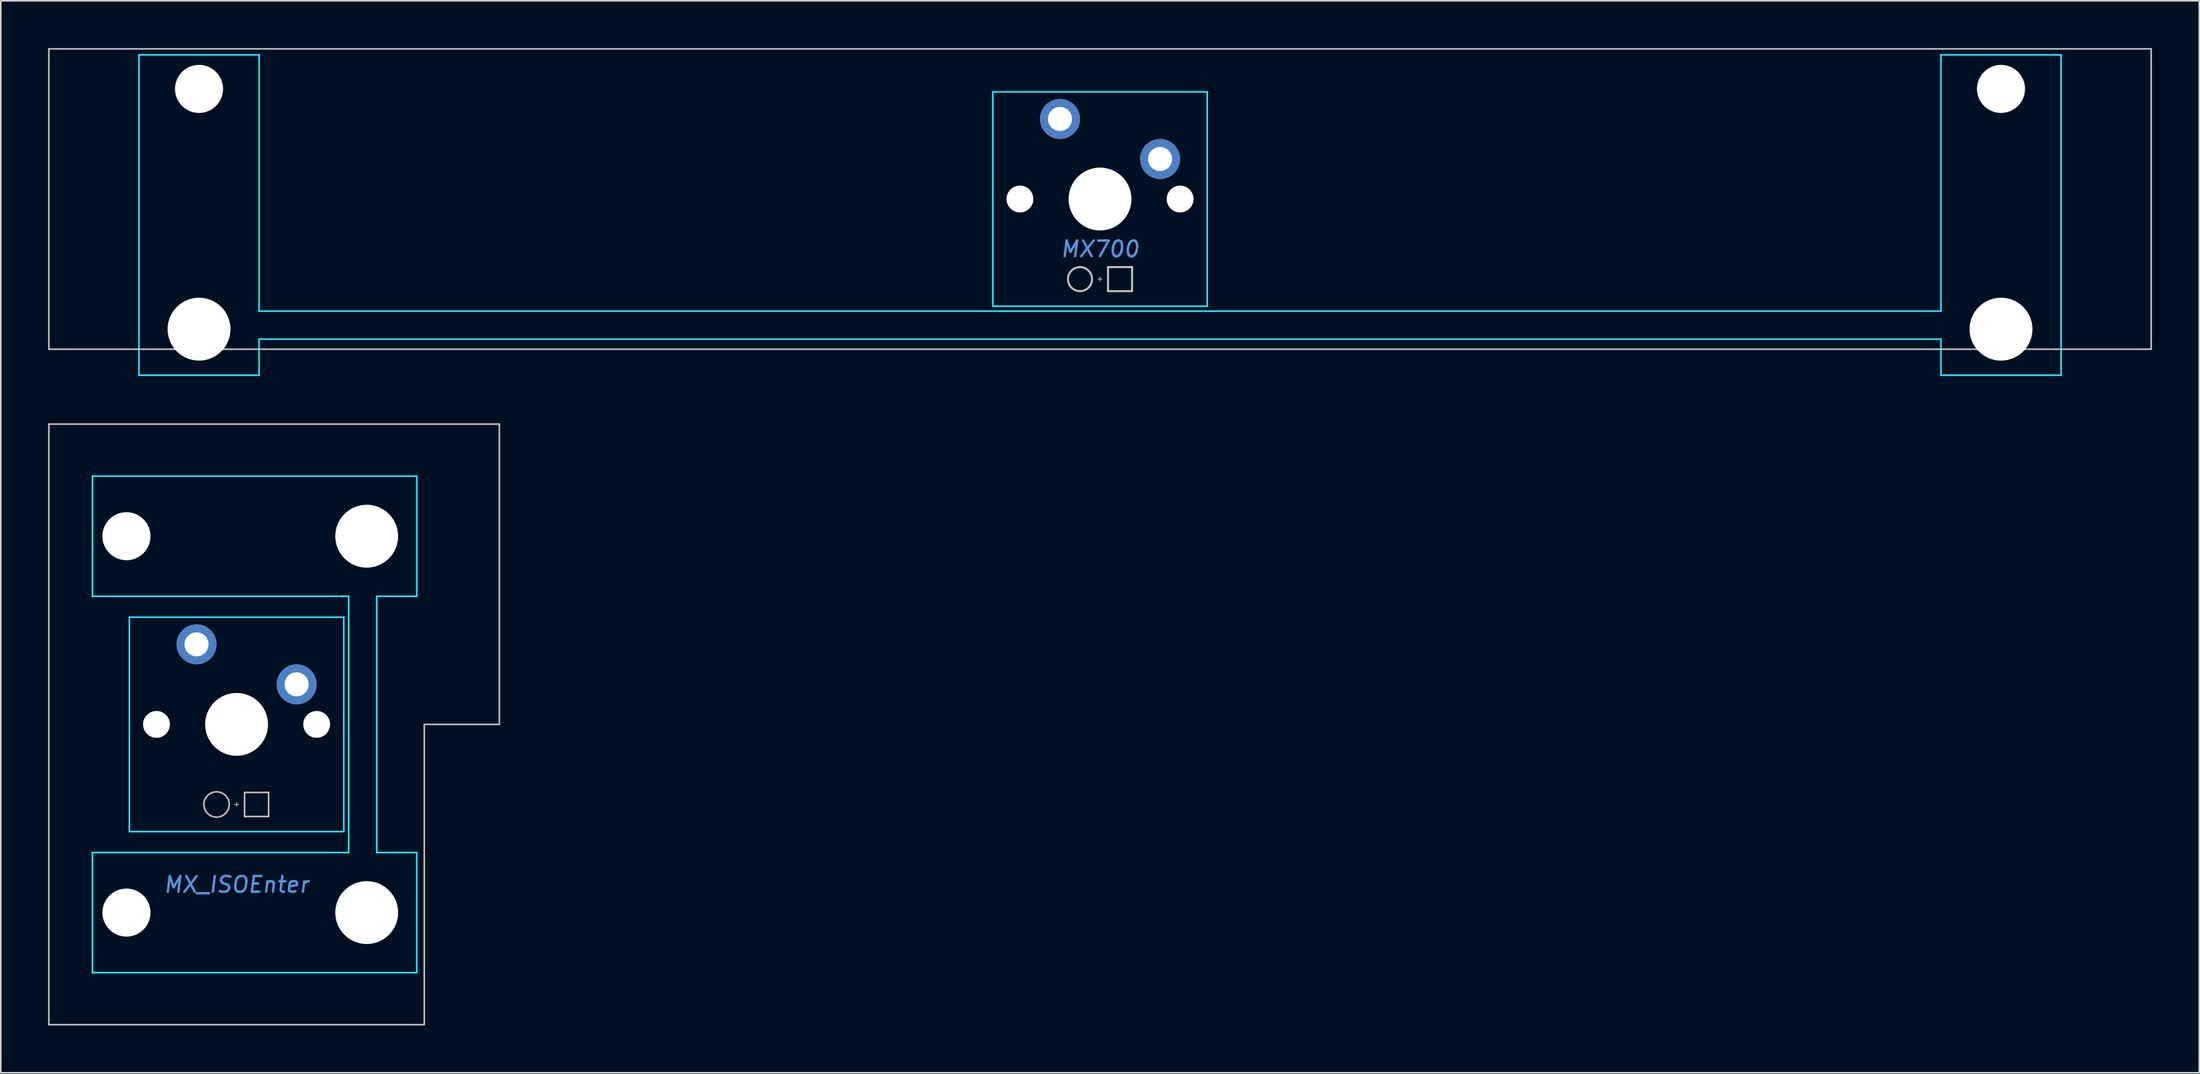
<source format=kicad_pcb>
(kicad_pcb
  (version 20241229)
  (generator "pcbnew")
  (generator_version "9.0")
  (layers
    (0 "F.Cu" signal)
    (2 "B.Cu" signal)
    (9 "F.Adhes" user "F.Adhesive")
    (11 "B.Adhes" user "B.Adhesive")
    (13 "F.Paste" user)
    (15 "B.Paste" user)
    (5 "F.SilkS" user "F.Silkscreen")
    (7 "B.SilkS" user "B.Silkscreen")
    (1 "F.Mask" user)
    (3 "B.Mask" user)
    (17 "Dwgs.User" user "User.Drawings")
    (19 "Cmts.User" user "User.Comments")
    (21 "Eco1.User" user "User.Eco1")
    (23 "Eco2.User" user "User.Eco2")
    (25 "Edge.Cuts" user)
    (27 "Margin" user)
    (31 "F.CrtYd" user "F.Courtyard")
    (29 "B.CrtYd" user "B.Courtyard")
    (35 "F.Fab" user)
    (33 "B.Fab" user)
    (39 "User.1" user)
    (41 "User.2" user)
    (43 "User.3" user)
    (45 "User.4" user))
  (footprint "MX_ISOEnter"
    (layer "F.Cu")
    (at 11.956 42.901)
    (property "Reference" "MX_ISOEnter" (at 0 10.16 0) (layer "Cmts.User") (effects (font (size 1 1) (thickness 0.15) (italic yes))))
    (attr through_hole)
    (fp_line (start -11.906 19.05) (end -11.906 -19.05) (stroke (width 0.1) (type solid)) (layer "Dwgs.User"))
    (fp_line (start 0 4.953) (end 0 5.207) (stroke (width 0.05) (type solid)) (layer "Dwgs.User"))
    (fp_line (start 0.127 5.08) (end -0.127 5.08) (stroke (width 0.05) (type solid)) (layer "Dwgs.User"))
    (fp_line (start 0.508 5.842) (end 0.508 4.318) (stroke (width 0.1) (type solid)) (layer "Dwgs.User"))
    (fp_line (start 0.508 5.842) (end 2.032 5.842) (stroke (width 0.1) (type solid)) (layer "Dwgs.User"))
    (fp_line (start 2.032 4.318) (end 0.508 4.318) (stroke (width 0.1) (type solid)) (layer "Dwgs.User"))
    (fp_line (start 2.032 5.842) (end 2.032 4.318) (stroke (width 0.1) (type solid)) (layer "Dwgs.User"))
    (fp_line (start 11.906 19.05) (end -11.906 19.05) (stroke (width 0.1) (type solid)) (layer "Dwgs.User"))
    (fp_line (start 11.906 19.05) (end 11.906 0) (stroke (width 0.1) (type solid)) (layer "Dwgs.User"))
    (fp_line (start 16.669 -19.05) (end -11.906 -19.05) (stroke (width 0.1) (type solid)) (layer "Dwgs.User"))
    (fp_line (start 16.669 0) (end 11.906 0) (stroke (width 0.1) (type solid)) (layer "Dwgs.User"))
    (fp_line (start 16.669 0) (end 16.669 -19.05) (stroke (width 0.1) (type solid)) (layer "Dwgs.User"))
    (fp_circle (center -1.27 5.08) (end -1.27 4.277) (stroke (width 0.1) (type solid)) (fill no) (layer "Dwgs.User"))
    (fp_line (start -7 -6.5) (end -7 6.5) (stroke (width 0.1) (type solid)) (layer "Eco1.User"))
    (fp_line (start -6.5 7) (end 6.5 7) (stroke (width 0.1) (type solid)) (layer "Eco1.User"))
    (fp_line (start -5.985 -8.938) (end -5.985 -14.938) (stroke (width 0.1) (type solid)) (layer "Eco1.User"))
    (fp_line (start -5.985 14.938) (end -5.985 8.938) (stroke (width 0.1) (type solid)) (layer "Eco1.User"))
    (fp_line (start -5.485 -8.438) (end 8.515 -8.438) (stroke (width 0.1) (type solid)) (layer "Eco1.User"))
    (fp_line (start -5.485 15.438) (end 8.515 15.438) (stroke (width 0.1) (type solid)) (layer "Eco1.User"))
    (fp_line (start 6.5 -7) (end -6.5 -7) (stroke (width 0.1) (type solid)) (layer "Eco1.User"))
    (fp_line (start 7 6.5) (end 7 -6.5) (stroke (width 0.1) (type solid)) (layer "Eco1.User"))
    (fp_line (start 8.515 -15.438) (end -5.485 -15.438) (stroke (width 0.1) (type solid)) (layer "Eco1.User"))
    (fp_line (start 8.515 8.438) (end -5.485 8.438) (stroke (width 0.1) (type solid)) (layer "Eco1.User"))
    (fp_line (start 9.015 -14.938) (end 9.015 -8.938) (stroke (width 0.1) (type solid)) (layer "Eco1.User"))
    (fp_line (start 9.015 8.938) (end 9.015 14.938) (stroke (width 0.1) (type solid)) (layer "Eco1.User"))
    (fp_arc (start -7 -6.5) (mid -6.853553 -6.853553) (end -6.5 -7) (stroke (width 0.1) (type solid)) (layer "Eco1.User"))
    (fp_arc (start -6.5 7) (mid -6.853553 6.853553) (end -7 6.5) (stroke (width 0.1) (type solid)) (layer "Eco1.User"))
    (fp_arc (start -5.985 -14.938) (mid -5.838553 -15.291553) (end -5.485 -15.438) (stroke (width 0.1) (type solid)) (layer "Eco1.User"))
    (fp_arc (start -5.985 8.938) (mid -5.838553 8.584447) (end -5.485 8.438) (stroke (width 0.1) (type solid)) (layer "Eco1.User"))
    (fp_arc (start -5.485 -8.438) (mid -5.838553 -8.584447) (end -5.985 -8.938) (stroke (width 0.1) (type solid)) (layer "Eco1.User"))
    (fp_arc (start -5.485 15.438) (mid -5.838553 15.291553) (end -5.985 14.938) (stroke (width 0.1) (type solid)) (layer "Eco1.User"))
    (fp_arc (start 6.5 -7) (mid 6.853553 -6.853553) (end 7 -6.5) (stroke (width 0.1) (type solid)) (layer "Eco1.User"))
    (fp_arc (start 7 6.5) (mid 6.853553 6.853553) (end 6.5 7) (stroke (width 0.1) (type solid)) (layer "Eco1.User"))
    (fp_arc (start 8.515 -15.438) (mid 8.868553 -15.291553) (end 9.015 -14.938) (stroke (width 0.1) (type solid)) (layer "Eco1.User"))
    (fp_arc (start 8.515 8.438) (mid 8.868553 8.584447) (end 9.015 8.938) (stroke (width 0.1) (type solid)) (layer "Eco1.User"))
    (fp_arc (start 9.015 -8.938) (mid 8.868553 -8.584447) (end 8.515 -8.438) (stroke (width 0.1) (type solid)) (layer "Eco1.User"))
    (fp_arc (start 9.015 14.938) (mid 8.868553 15.291553) (end 8.515 15.438) (stroke (width 0.1) (type solid)) (layer "Eco1.User"))
    (fp_line (start -9.144 -15.748) (end 11.43 -15.748) (stroke (width 0.1) (type solid)) (layer "B.CrtYd"))
    (fp_line (start -9.144 -8.128) (end -9.144 -15.748) (stroke (width 0.1) (type solid)) (layer "B.CrtYd"))
    (fp_line (start -9.144 -8.128) (end 7.112 -8.128) (stroke (width 0.1) (type solid)) (layer "B.CrtYd"))
    (fp_line (start -9.144 8.128) (end 7.112 8.128) (stroke (width 0.1) (type solid)) (layer "B.CrtYd"))
    (fp_line (start -9.144 15.748) (end -9.144 8.128) (stroke (width 0.1) (type solid)) (layer "B.CrtYd"))
    (fp_line (start -6.8 6.8) (end -6.8 -6.8) (stroke (width 0.1) (type solid)) (layer "B.CrtYd"))
    (fp_line (start 6.8 -6.8) (end -6.8 -6.8) (stroke (width 0.1) (type solid)) (layer "B.CrtYd"))
    (fp_line (start 6.8 6.8) (end -6.8 6.8) (stroke (width 0.1) (type solid)) (layer "B.CrtYd"))
    (fp_line (start 6.8 6.8) (end 6.8 -6.8) (stroke (width 0.1) (type solid)) (layer "B.CrtYd"))
    (fp_line (start 7.112 8.128) (end 7.112 -8.128) (stroke (width 0.1) (type solid)) (layer "B.CrtYd"))
    (fp_line (start 8.89 8.128) (end 8.89 -8.128) (stroke (width 0.1) (type solid)) (layer "B.CrtYd"))
    (fp_line (start 11.43 -15.748) (end 11.43 -8.128) (stroke (width 0.1) (type solid)) (layer "B.CrtYd"))
    (fp_line (start 11.43 -8.128) (end 8.89 -8.128) (stroke (width 0.1) (type solid)) (layer "B.CrtYd"))
    (fp_line (start 11.43 8.128) (end 8.89 8.128) (stroke (width 0.1) (type solid)) (layer "B.CrtYd"))
    (fp_line (start 11.43 8.128) (end 11.43 15.748) (stroke (width 0.1) (type solid)) (layer "B.CrtYd"))
    (fp_line (start 11.43 15.748) (end -9.144 15.748) (stroke (width 0.1) (type solid)) (layer "B.CrtYd"))
    (pad "" np_thru_hole circle (at -6.985 -11.938 90) (size 3.048 3.048) (drill 3.048) (layers "*.Cu" "*.Mask"))
    (pad "" np_thru_hole circle (at -6.985 11.938 90) (size 3.048 3.048) (drill 3.048) (layers "*.Cu" "*.Mask"))
    (pad "" np_thru_hole circle (at -5.08 0 270) (size 1.702 1.702) (drill 1.702) (layers "*.Cu" "*.Mask"))
    (pad "" np_thru_hole circle (at 0 0) (size 3.988 3.988) (drill 3.988) (layers "*.Cu" "*.Mask"))
    (pad "" np_thru_hole circle (at 5.08 0 270) (size 1.702 1.702) (drill 1.702) (layers "*.Cu" "*.Mask"))
    (pad "" np_thru_hole circle (at 8.255 -11.938 90) (size 3.988 3.988) (drill 3.988) (layers "*.Cu" "*.Mask"))
    (pad "" np_thru_hole circle (at 8.255 11.938 90) (size 3.988 3.988) (drill 3.988) (layers "*.Cu" "*.Mask"))
    (pad "1" thru_hole circle (at -2.54 -5.08 270) (size 2.54 2.54) (drill 1.524) (layers "*.Cu" "*.Mask"))
    (pad "2" thru_hole circle (at 3.81 -2.54 270) (size 2.54 2.54) (drill 1.524) (layers "*.Cu" "*.Mask")))
  (footprint "MX700"
    (layer "F.Cu")
    (at 66.725 9.575)
    (property "Reference" "MX700" (at 0 3.175 0) (layer "Cmts.User") (effects (font (size 1 1) (thickness 0.15) (italic yes))))
    (attr through_hole)
    (fp_line (start -66.675 -9.525) (end -66.675 9.525) (stroke (width 0.1) (type solid)) (layer "Dwgs.User"))
    (fp_line (start -66.675 -9.525) (end 66.675 -9.525) (stroke (width 0.1) (type solid)) (layer "Dwgs.User"))
    (fp_line (start -66.675 9.525) (end 66.675 9.525) (stroke (width 0.1) (type solid)) (layer "Dwgs.User"))
    (fp_line (start -0.127 5.08) (end 0.127 5.08) (stroke (width 0.051) (type solid)) (layer "Dwgs.User"))
    (fp_line (start 0 4.953) (end 0 5.207) (stroke (width 0.051) (type solid)) (layer "Dwgs.User"))
    (fp_line (start 0.508 4.318) (end 0.508 5.842) (stroke (width 0.127) (type solid)) (layer "Dwgs.User"))
    (fp_line (start 0.508 4.318) (end 2.032 4.318) (stroke (width 0.127) (type solid)) (layer "Dwgs.User"))
    (fp_line (start 0.508 5.842) (end 2.032 5.842) (stroke (width 0.127) (type solid)) (layer "Dwgs.User"))
    (fp_line (start 2.032 5.842) (end 2.032 4.318) (stroke (width 0.127) (type solid)) (layer "Dwgs.User"))
    (fp_line (start 66.675 -9.525) (end 66.675 9.525) (stroke (width 0.1) (type solid)) (layer "Dwgs.User"))
    (fp_circle (center -1.27 5.08) (end -0.508 5.08) (stroke (width 0.127) (type solid)) (fill no) (layer "Dwgs.User"))
    (fp_line (start -60.65 -5.485) (end -60.65 8.515) (stroke (width 0.1) (type solid)) (layer "Eco1.User"))
    (fp_line (start -60.15 -5.985) (end -54.15 -5.985) (stroke (width 0.1) (type solid)) (layer "Eco1.User"))
    (fp_line (start -54.15 9.015) (end -60.15 9.015) (stroke (width 0.1) (type solid)) (layer "Eco1.User"))
    (fp_line (start -53.65 8.515) (end -53.65 -5.485) (stroke (width 0.1) (type solid)) (layer "Eco1.User"))
    (fp_line (start -7 -6.5) (end -7 6.5) (stroke (width 0.1) (type solid)) (layer "Eco1.User"))
    (fp_line (start -6.5 7) (end 6.5 7) (stroke (width 0.1) (type solid)) (layer "Eco1.User"))
    (fp_line (start 6.5 -7) (end -6.5 -7) (stroke (width 0.1) (type solid)) (layer "Eco1.User"))
    (fp_line (start 7 6.5) (end 7 -6.5) (stroke (width 0.1) (type solid)) (layer "Eco1.User"))
    (fp_line (start 53.65 -5.485) (end 53.65 8.515) (stroke (width 0.1) (type solid)) (layer "Eco1.User"))
    (fp_line (start 54.15 -5.985) (end 60.15 -5.985) (stroke (width 0.1) (type solid)) (layer "Eco1.User"))
    (fp_line (start 60.15 9.015) (end 54.15 9.015) (stroke (width 0.1) (type solid)) (layer "Eco1.User"))
    (fp_line (start 60.65 8.515) (end 60.65 -5.485) (stroke (width 0.1) (type solid)) (layer "Eco1.User"))
    (fp_arc (start -60.65 -5.485) (mid -60.503553 -5.838553) (end -60.15 -5.985) (stroke (width 0.1) (type solid)) (layer "Eco1.User"))
    (fp_arc (start -60.15 9.015) (mid -60.503553 8.868553) (end -60.65 8.515) (stroke (width 0.1) (type solid)) (layer "Eco1.User"))
    (fp_arc (start -54.15 -5.985) (mid -53.796447 -5.838553) (end -53.65 -5.485) (stroke (width 0.1) (type solid)) (layer "Eco1.User"))
    (fp_arc (start -53.65 8.515) (mid -53.796447 8.868553) (end -54.15 9.015) (stroke (width 0.1) (type solid)) (layer "Eco1.User"))
    (fp_arc (start -7 -6.5) (mid -6.853553 -6.853553) (end -6.5 -7) (stroke (width 0.1) (type solid)) (layer "Eco1.User"))
    (fp_arc (start -6.5 7) (mid -6.853553 6.853553) (end -7 6.5) (stroke (width 0.1) (type solid)) (layer "Eco1.User"))
    (fp_arc (start 6.5 -7) (mid 6.853553 -6.853553) (end 7 -6.5) (stroke (width 0.1) (type solid)) (layer "Eco1.User"))
    (fp_arc (start 7 6.5) (mid 6.853553 6.853553) (end 6.5 7) (stroke (width 0.1) (type solid)) (layer "Eco1.User"))
    (fp_arc (start 53.65 -5.485) (mid 53.796447 -5.838553) (end 54.15 -5.985) (stroke (width 0.1) (type solid)) (layer "Eco1.User"))
    (fp_arc (start 54.15 9.015) (mid 53.796447 8.868553) (end 53.65 8.515) (stroke (width 0.1) (type solid)) (layer "Eco1.User"))
    (fp_arc (start 60.15 -5.985) (mid 60.503553 -5.838553) (end 60.65 -5.485) (stroke (width 0.1) (type solid)) (layer "Eco1.User"))
    (fp_arc (start 60.65 8.515) (mid 60.503553 8.868553) (end 60.15 9.015) (stroke (width 0.1) (type solid)) (layer "Eco1.User"))
    (fp_line (start -60.96 -9.144) (end -60.96 11.176) (stroke (width 0.1) (type solid)) (layer "B.CrtYd"))
    (fp_line (start -60.96 -9.144) (end -53.34 -9.144) (stroke (width 0.1) (type solid)) (layer "B.CrtYd"))
    (fp_line (start -60.96 11.176) (end -53.34 11.176) (stroke (width 0.1) (type solid)) (layer "B.CrtYd"))
    (fp_line (start -53.34 7.112) (end -53.34 -9.144) (stroke (width 0.1) (type solid)) (layer "B.CrtYd"))
    (fp_line (start -53.34 7.112) (end 53.34 7.112) (stroke (width 0.1) (type solid)) (layer "B.CrtYd"))
    (fp_line (start -53.34 8.89) (end -53.34 11.176) (stroke (width 0.1) (type solid)) (layer "B.CrtYd"))
    (fp_line (start -53.34 8.89) (end 53.34 8.89) (stroke (width 0.1) (type solid)) (layer "B.CrtYd"))
    (fp_line (start -6.8 -6.8) (end -6.8 6.8) (stroke (width 0.1) (type solid)) (layer "B.CrtYd"))
    (fp_line (start -6.8 -6.8) (end 6.8 -6.8) (stroke (width 0.1) (type solid)) (layer "B.CrtYd"))
    (fp_line (start -6.8 6.8) (end 6.8 6.8) (stroke (width 0.1) (type solid)) (layer "B.CrtYd"))
    (fp_line (start 6.8 6.8) (end 6.8 -6.8) (stroke (width 0.1) (type solid)) (layer "B.CrtYd"))
    (fp_line (start 53.34 -9.144) (end 60.96 -9.144) (stroke (width 0.1) (type solid)) (layer "B.CrtYd"))
    (fp_line (start 53.34 7.112) (end 53.34 -9.144) (stroke (width 0.1) (type solid)) (layer "B.CrtYd"))
    (fp_line (start 53.34 8.89) (end 53.34 11.176) (stroke (width 0.1) (type solid)) (layer "B.CrtYd"))
    (fp_line (start 53.34 11.176) (end 60.96 11.176) (stroke (width 0.1) (type solid)) (layer "B.CrtYd"))
    (fp_line (start 60.96 -9.144) (end 60.96 11.176) (stroke (width 0.1) (type solid)) (layer "B.CrtYd"))
    (pad "" np_thru_hole circle (at -57.15 -6.985 180) (size 3.048 3.048) (drill 3.048) (layers "*.Cu" "*.Mask"))
    (pad "" np_thru_hole circle (at -57.15 8.255 180) (size 3.988 3.988) (drill 3.988) (layers "*.Cu" "*.Mask"))
    (pad "" np_thru_hole circle (at -5.08 0) (size 1.702 1.702) (drill 1.702) (layers "*.Cu" "*.Mask"))
    (pad "" np_thru_hole circle (at 0 0) (size 3.988 3.988) (drill 3.988) (layers "*.Cu" "*.Mask"))
    (pad "" np_thru_hole circle (at 5.08 0) (size 1.702 1.702) (drill 1.702) (layers "*.Cu" "*.Mask"))
    (pad "" np_thru_hole circle (at 57.15 -6.985 180) (size 3.048 3.048) (drill 3.048) (layers "*.Cu" "*.Mask"))
    (pad "" np_thru_hole circle (at 57.15 8.255 180) (size 3.988 3.988) (drill 3.988) (layers "*.Cu" "*.Mask"))
    (pad "1" thru_hole circle (at -2.54 -5.08) (size 2.54 2.54) (drill 1.524) (layers "*.Cu" "*.Mask"))
    (pad "2" thru_hole circle (at 3.81 -2.54) (size 2.54 2.54) (drill 1.524) (layers "*.Cu" "*.Mask")))
  (gr_rect
    (start -3 -3)
    (end 136.45 65.001)
    (stroke (width 0.1) (type default))
    (fill no)
    (layer "Edge.Cuts")))
</source>
